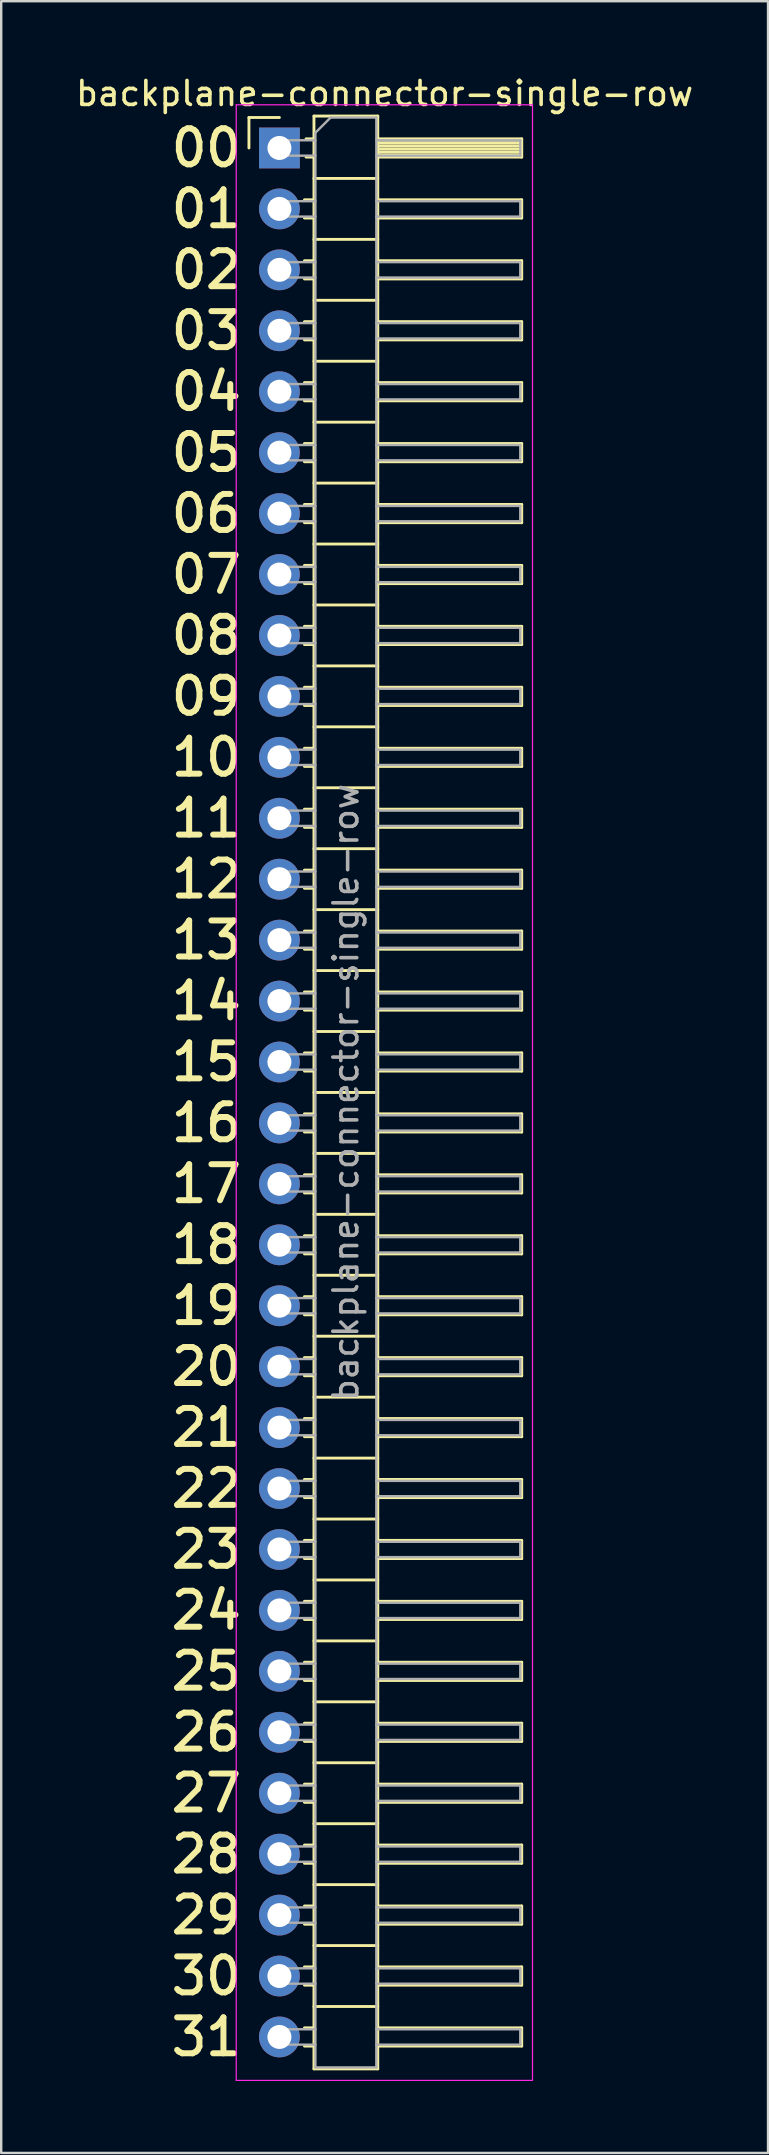
<source format=kicad_pcb>
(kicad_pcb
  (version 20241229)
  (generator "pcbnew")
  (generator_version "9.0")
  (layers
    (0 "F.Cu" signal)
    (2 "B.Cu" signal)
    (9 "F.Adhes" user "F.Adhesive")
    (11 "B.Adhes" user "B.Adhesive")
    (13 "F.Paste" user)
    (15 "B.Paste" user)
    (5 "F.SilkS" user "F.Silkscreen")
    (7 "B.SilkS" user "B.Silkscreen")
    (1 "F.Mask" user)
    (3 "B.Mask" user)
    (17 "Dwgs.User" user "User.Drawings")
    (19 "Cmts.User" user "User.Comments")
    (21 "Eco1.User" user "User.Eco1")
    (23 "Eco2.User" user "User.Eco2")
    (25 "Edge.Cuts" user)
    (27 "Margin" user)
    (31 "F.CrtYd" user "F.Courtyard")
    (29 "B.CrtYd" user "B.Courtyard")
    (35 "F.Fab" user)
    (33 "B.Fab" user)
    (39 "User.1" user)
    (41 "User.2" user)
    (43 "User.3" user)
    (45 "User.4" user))
  (footprint "backplane-connector-single-row"
    (layer "F.Cu")
    (at 8.597 3.118)
    (property "Reference" "backplane-connector-single-row" (at 4.385 -2.27 0) (layer "F.SilkS") (effects (font (size 1 1) (thickness 0.15))))
    (attr through_hole)
    (fp_line (start -1.27 -1.27) (end 0 -1.27) (stroke (width 0.12) (type solid)) (layer "F.SilkS"))
    (fp_line (start -1.27 0) (end -1.27 -1.27) (stroke (width 0.12) (type solid)) (layer "F.SilkS"))
    (fp_line (start 1.043 2.16) (end 1.44 2.16) (stroke (width 0.12) (type solid)) (layer "F.SilkS"))
    (fp_line (start 1.043 2.92) (end 1.44 2.92) (stroke (width 0.12) (type solid)) (layer "F.SilkS"))
    (fp_line (start 1.043 4.7) (end 1.44 4.7) (stroke (width 0.12) (type solid)) (layer "F.SilkS"))
    (fp_line (start 1.043 5.46) (end 1.44 5.46) (stroke (width 0.12) (type solid)) (layer "F.SilkS"))
    (fp_line (start 1.043 7.24) (end 1.44 7.24) (stroke (width 0.12) (type solid)) (layer "F.SilkS"))
    (fp_line (start 1.043 8) (end 1.44 8) (stroke (width 0.12) (type solid)) (layer "F.SilkS"))
    (fp_line (start 1.043 9.78) (end 1.44 9.78) (stroke (width 0.12) (type solid)) (layer "F.SilkS"))
    (fp_line (start 1.043 10.54) (end 1.44 10.54) (stroke (width 0.12) (type solid)) (layer "F.SilkS"))
    (fp_line (start 1.043 12.32) (end 1.44 12.32) (stroke (width 0.12) (type solid)) (layer "F.SilkS"))
    (fp_line (start 1.043 13.08) (end 1.44 13.08) (stroke (width 0.12) (type solid)) (layer "F.SilkS"))
    (fp_line (start 1.043 14.86) (end 1.44 14.86) (stroke (width 0.12) (type solid)) (layer "F.SilkS"))
    (fp_line (start 1.043 15.62) (end 1.44 15.62) (stroke (width 0.12) (type solid)) (layer "F.SilkS"))
    (fp_line (start 1.043 17.4) (end 1.44 17.4) (stroke (width 0.12) (type solid)) (layer "F.SilkS"))
    (fp_line (start 1.043 18.16) (end 1.44 18.16) (stroke (width 0.12) (type solid)) (layer "F.SilkS"))
    (fp_line (start 1.043 19.94) (end 1.44 19.94) (stroke (width 0.12) (type solid)) (layer "F.SilkS"))
    (fp_line (start 1.043 20.7) (end 1.44 20.7) (stroke (width 0.12) (type solid)) (layer "F.SilkS"))
    (fp_line (start 1.043 22.48) (end 1.44 22.48) (stroke (width 0.12) (type solid)) (layer "F.SilkS"))
    (fp_line (start 1.043 23.24) (end 1.44 23.24) (stroke (width 0.12) (type solid)) (layer "F.SilkS"))
    (fp_line (start 1.043 25.02) (end 1.44 25.02) (stroke (width 0.12) (type solid)) (layer "F.SilkS"))
    (fp_line (start 1.043 25.78) (end 1.44 25.78) (stroke (width 0.12) (type solid)) (layer "F.SilkS"))
    (fp_line (start 1.043 27.56) (end 1.44 27.56) (stroke (width 0.12) (type solid)) (layer "F.SilkS"))
    (fp_line (start 1.043 28.32) (end 1.44 28.32) (stroke (width 0.12) (type solid)) (layer "F.SilkS"))
    (fp_line (start 1.043 30.1) (end 1.44 30.1) (stroke (width 0.12) (type solid)) (layer "F.SilkS"))
    (fp_line (start 1.043 30.86) (end 1.44 30.86) (stroke (width 0.12) (type solid)) (layer "F.SilkS"))
    (fp_line (start 1.043 32.64) (end 1.44 32.64) (stroke (width 0.12) (type solid)) (layer "F.SilkS"))
    (fp_line (start 1.043 33.4) (end 1.44 33.4) (stroke (width 0.12) (type solid)) (layer "F.SilkS"))
    (fp_line (start 1.043 35.18) (end 1.44 35.18) (stroke (width 0.12) (type solid)) (layer "F.SilkS"))
    (fp_line (start 1.043 35.94) (end 1.44 35.94) (stroke (width 0.12) (type solid)) (layer "F.SilkS"))
    (fp_line (start 1.043 37.72) (end 1.44 37.72) (stroke (width 0.12) (type solid)) (layer "F.SilkS"))
    (fp_line (start 1.043 38.48) (end 1.44 38.48) (stroke (width 0.12) (type solid)) (layer "F.SilkS"))
    (fp_line (start 1.043 40.26) (end 1.44 40.26) (stroke (width 0.12) (type solid)) (layer "F.SilkS"))
    (fp_line (start 1.043 41.02) (end 1.44 41.02) (stroke (width 0.12) (type solid)) (layer "F.SilkS"))
    (fp_line (start 1.043 42.8) (end 1.44 42.8) (stroke (width 0.12) (type solid)) (layer "F.SilkS"))
    (fp_line (start 1.043 43.56) (end 1.44 43.56) (stroke (width 0.12) (type solid)) (layer "F.SilkS"))
    (fp_line (start 1.043 45.34) (end 1.44 45.34) (stroke (width 0.12) (type solid)) (layer "F.SilkS"))
    (fp_line (start 1.043 46.1) (end 1.44 46.1) (stroke (width 0.12) (type solid)) (layer "F.SilkS"))
    (fp_line (start 1.043 47.88) (end 1.44 47.88) (stroke (width 0.12) (type solid)) (layer "F.SilkS"))
    (fp_line (start 1.043 48.64) (end 1.44 48.64) (stroke (width 0.12) (type solid)) (layer "F.SilkS"))
    (fp_line (start 1.043 50.42) (end 1.44 50.42) (stroke (width 0.12) (type solid)) (layer "F.SilkS"))
    (fp_line (start 1.043 51.18) (end 1.44 51.18) (stroke (width 0.12) (type solid)) (layer "F.SilkS"))
    (fp_line (start 1.043 52.96) (end 1.44 52.96) (stroke (width 0.12) (type solid)) (layer "F.SilkS"))
    (fp_line (start 1.043 53.72) (end 1.44 53.72) (stroke (width 0.12) (type solid)) (layer "F.SilkS"))
    (fp_line (start 1.043 55.5) (end 1.44 55.5) (stroke (width 0.12) (type solid)) (layer "F.SilkS"))
    (fp_line (start 1.043 56.26) (end 1.44 56.26) (stroke (width 0.12) (type solid)) (layer "F.SilkS"))
    (fp_line (start 1.043 58.04) (end 1.44 58.04) (stroke (width 0.12) (type solid)) (layer "F.SilkS"))
    (fp_line (start 1.043 58.8) (end 1.44 58.8) (stroke (width 0.12) (type solid)) (layer "F.SilkS"))
    (fp_line (start 1.043 60.58) (end 1.44 60.58) (stroke (width 0.12) (type solid)) (layer "F.SilkS"))
    (fp_line (start 1.043 61.34) (end 1.44 61.34) (stroke (width 0.12) (type solid)) (layer "F.SilkS"))
    (fp_line (start 1.043 63.12) (end 1.44 63.12) (stroke (width 0.12) (type solid)) (layer "F.SilkS"))
    (fp_line (start 1.043 63.88) (end 1.44 63.88) (stroke (width 0.12) (type solid)) (layer "F.SilkS"))
    (fp_line (start 1.043 65.66) (end 1.44 65.66) (stroke (width 0.12) (type solid)) (layer "F.SilkS"))
    (fp_line (start 1.043 66.42) (end 1.44 66.42) (stroke (width 0.12) (type solid)) (layer "F.SilkS"))
    (fp_line (start 1.043 68.2) (end 1.44 68.2) (stroke (width 0.12) (type solid)) (layer "F.SilkS"))
    (fp_line (start 1.043 68.96) (end 1.44 68.96) (stroke (width 0.12) (type solid)) (layer "F.SilkS"))
    (fp_line (start 1.043 70.74) (end 1.44 70.74) (stroke (width 0.12) (type solid)) (layer "F.SilkS"))
    (fp_line (start 1.043 71.5) (end 1.44 71.5) (stroke (width 0.12) (type solid)) (layer "F.SilkS"))
    (fp_line (start 1.043 73.28) (end 1.44 73.28) (stroke (width 0.12) (type solid)) (layer "F.SilkS"))
    (fp_line (start 1.043 74.04) (end 1.44 74.04) (stroke (width 0.12) (type solid)) (layer "F.SilkS"))
    (fp_line (start 1.043 75.82) (end 1.44 75.82) (stroke (width 0.12) (type solid)) (layer "F.SilkS"))
    (fp_line (start 1.043 76.58) (end 1.44 76.58) (stroke (width 0.12) (type solid)) (layer "F.SilkS"))
    (fp_line (start 1.043 78.36) (end 1.44 78.36) (stroke (width 0.12) (type solid)) (layer "F.SilkS"))
    (fp_line (start 1.043 79.12) (end 1.44 79.12) (stroke (width 0.12) (type solid)) (layer "F.SilkS"))
    (fp_line (start 1.11 -0.38) (end 1.44 -0.38) (stroke (width 0.12) (type solid)) (layer "F.SilkS"))
    (fp_line (start 1.11 0.38) (end 1.44 0.38) (stroke (width 0.12) (type solid)) (layer "F.SilkS"))
    (fp_line (start 1.44 -1.33) (end 1.44 80.07) (stroke (width 0.12) (type solid)) (layer "F.SilkS"))
    (fp_line (start 1.44 1.27) (end 4.1 1.27) (stroke (width 0.12) (type solid)) (layer "F.SilkS"))
    (fp_line (start 1.44 3.81) (end 4.1 3.81) (stroke (width 0.12) (type solid)) (layer "F.SilkS"))
    (fp_line (start 1.44 6.35) (end 4.1 6.35) (stroke (width 0.12) (type solid)) (layer "F.SilkS"))
    (fp_line (start 1.44 8.89) (end 4.1 8.89) (stroke (width 0.12) (type solid)) (layer "F.SilkS"))
    (fp_line (start 1.44 11.43) (end 4.1 11.43) (stroke (width 0.12) (type solid)) (layer "F.SilkS"))
    (fp_line (start 1.44 13.97) (end 4.1 13.97) (stroke (width 0.12) (type solid)) (layer "F.SilkS"))
    (fp_line (start 1.44 16.51) (end 4.1 16.51) (stroke (width 0.12) (type solid)) (layer "F.SilkS"))
    (fp_line (start 1.44 19.05) (end 4.1 19.05) (stroke (width 0.12) (type solid)) (layer "F.SilkS"))
    (fp_line (start 1.44 21.59) (end 4.1 21.59) (stroke (width 0.12) (type solid)) (layer "F.SilkS"))
    (fp_line (start 1.44 24.13) (end 4.1 24.13) (stroke (width 0.12) (type solid)) (layer "F.SilkS"))
    (fp_line (start 1.44 26.67) (end 4.1 26.67) (stroke (width 0.12) (type solid)) (layer "F.SilkS"))
    (fp_line (start 1.44 29.21) (end 4.1 29.21) (stroke (width 0.12) (type solid)) (layer "F.SilkS"))
    (fp_line (start 1.44 31.75) (end 4.1 31.75) (stroke (width 0.12) (type solid)) (layer "F.SilkS"))
    (fp_line (start 1.44 34.29) (end 4.1 34.29) (stroke (width 0.12) (type solid)) (layer "F.SilkS"))
    (fp_line (start 1.44 36.83) (end 4.1 36.83) (stroke (width 0.12) (type solid)) (layer "F.SilkS"))
    (fp_line (start 1.44 39.37) (end 4.1 39.37) (stroke (width 0.12) (type solid)) (layer "F.SilkS"))
    (fp_line (start 1.44 41.91) (end 4.1 41.91) (stroke (width 0.12) (type solid)) (layer "F.SilkS"))
    (fp_line (start 1.44 44.45) (end 4.1 44.45) (stroke (width 0.12) (type solid)) (layer "F.SilkS"))
    (fp_line (start 1.44 46.99) (end 4.1 46.99) (stroke (width 0.12) (type solid)) (layer "F.SilkS"))
    (fp_line (start 1.44 49.53) (end 4.1 49.53) (stroke (width 0.12) (type solid)) (layer "F.SilkS"))
    (fp_line (start 1.44 52.07) (end 4.1 52.07) (stroke (width 0.12) (type solid)) (layer "F.SilkS"))
    (fp_line (start 1.44 54.61) (end 4.1 54.61) (stroke (width 0.12) (type solid)) (layer "F.SilkS"))
    (fp_line (start 1.44 57.15) (end 4.1 57.15) (stroke (width 0.12) (type solid)) (layer "F.SilkS"))
    (fp_line (start 1.44 59.69) (end 4.1 59.69) (stroke (width 0.12) (type solid)) (layer "F.SilkS"))
    (fp_line (start 1.44 62.23) (end 4.1 62.23) (stroke (width 0.12) (type solid)) (layer "F.SilkS"))
    (fp_line (start 1.44 64.77) (end 4.1 64.77) (stroke (width 0.12) (type solid)) (layer "F.SilkS"))
    (fp_line (start 1.44 67.31) (end 4.1 67.31) (stroke (width 0.12) (type solid)) (layer "F.SilkS"))
    (fp_line (start 1.44 69.85) (end 4.1 69.85) (stroke (width 0.12) (type solid)) (layer "F.SilkS"))
    (fp_line (start 1.44 72.39) (end 4.1 72.39) (stroke (width 0.12) (type solid)) (layer "F.SilkS"))
    (fp_line (start 1.44 74.93) (end 4.1 74.93) (stroke (width 0.12) (type solid)) (layer "F.SilkS"))
    (fp_line (start 1.44 77.47) (end 4.1 77.47) (stroke (width 0.12) (type solid)) (layer "F.SilkS"))
    (fp_line (start 1.44 80.07) (end 4.1 80.07) (stroke (width 0.12) (type solid)) (layer "F.SilkS"))
    (fp_line (start 4.1 -1.33) (end 1.44 -1.33) (stroke (width 0.12) (type solid)) (layer "F.SilkS"))
    (fp_line (start 4.1 -0.38) (end 10.1 -0.38) (stroke (width 0.12) (type solid)) (layer "F.SilkS"))
    (fp_line (start 4.1 -0.32) (end 10.1 -0.32) (stroke (width 0.12) (type solid)) (layer "F.SilkS"))
    (fp_line (start 4.1 -0.2) (end 10.1 -0.2) (stroke (width 0.12) (type solid)) (layer "F.SilkS"))
    (fp_line (start 4.1 -0.08) (end 10.1 -0.08) (stroke (width 0.12) (type solid)) (layer "F.SilkS"))
    (fp_line (start 4.1 0.04) (end 10.1 0.04) (stroke (width 0.12) (type solid)) (layer "F.SilkS"))
    (fp_line (start 4.1 0.16) (end 10.1 0.16) (stroke (width 0.12) (type solid)) (layer "F.SilkS"))
    (fp_line (start 4.1 0.28) (end 10.1 0.28) (stroke (width 0.12) (type solid)) (layer "F.SilkS"))
    (fp_line (start 4.1 2.16) (end 10.1 2.16) (stroke (width 0.12) (type solid)) (layer "F.SilkS"))
    (fp_line (start 4.1 4.7) (end 10.1 4.7) (stroke (width 0.12) (type solid)) (layer "F.SilkS"))
    (fp_line (start 4.1 7.24) (end 10.1 7.24) (stroke (width 0.12) (type solid)) (layer "F.SilkS"))
    (fp_line (start 4.1 9.78) (end 10.1 9.78) (stroke (width 0.12) (type solid)) (layer "F.SilkS"))
    (fp_line (start 4.1 12.32) (end 10.1 12.32) (stroke (width 0.12) (type solid)) (layer "F.SilkS"))
    (fp_line (start 4.1 14.86) (end 10.1 14.86) (stroke (width 0.12) (type solid)) (layer "F.SilkS"))
    (fp_line (start 4.1 17.4) (end 10.1 17.4) (stroke (width 0.12) (type solid)) (layer "F.SilkS"))
    (fp_line (start 4.1 19.94) (end 10.1 19.94) (stroke (width 0.12) (type solid)) (layer "F.SilkS"))
    (fp_line (start 4.1 22.48) (end 10.1 22.48) (stroke (width 0.12) (type solid)) (layer "F.SilkS"))
    (fp_line (start 4.1 25.02) (end 10.1 25.02) (stroke (width 0.12) (type solid)) (layer "F.SilkS"))
    (fp_line (start 4.1 27.56) (end 10.1 27.56) (stroke (width 0.12) (type solid)) (layer "F.SilkS"))
    (fp_line (start 4.1 30.1) (end 10.1 30.1) (stroke (width 0.12) (type solid)) (layer "F.SilkS"))
    (fp_line (start 4.1 32.64) (end 10.1 32.64) (stroke (width 0.12) (type solid)) (layer "F.SilkS"))
    (fp_line (start 4.1 35.18) (end 10.1 35.18) (stroke (width 0.12) (type solid)) (layer "F.SilkS"))
    (fp_line (start 4.1 37.72) (end 10.1 37.72) (stroke (width 0.12) (type solid)) (layer "F.SilkS"))
    (fp_line (start 4.1 40.26) (end 10.1 40.26) (stroke (width 0.12) (type solid)) (layer "F.SilkS"))
    (fp_line (start 4.1 42.8) (end 10.1 42.8) (stroke (width 0.12) (type solid)) (layer "F.SilkS"))
    (fp_line (start 4.1 45.34) (end 10.1 45.34) (stroke (width 0.12) (type solid)) (layer "F.SilkS"))
    (fp_line (start 4.1 47.88) (end 10.1 47.88) (stroke (width 0.12) (type solid)) (layer "F.SilkS"))
    (fp_line (start 4.1 50.42) (end 10.1 50.42) (stroke (width 0.12) (type solid)) (layer "F.SilkS"))
    (fp_line (start 4.1 52.96) (end 10.1 52.96) (stroke (width 0.12) (type solid)) (layer "F.SilkS"))
    (fp_line (start 4.1 55.5) (end 10.1 55.5) (stroke (width 0.12) (type solid)) (layer "F.SilkS"))
    (fp_line (start 4.1 58.04) (end 10.1 58.04) (stroke (width 0.12) (type solid)) (layer "F.SilkS"))
    (fp_line (start 4.1 60.58) (end 10.1 60.58) (stroke (width 0.12) (type solid)) (layer "F.SilkS"))
    (fp_line (start 4.1 63.12) (end 10.1 63.12) (stroke (width 0.12) (type solid)) (layer "F.SilkS"))
    (fp_line (start 4.1 65.66) (end 10.1 65.66) (stroke (width 0.12) (type solid)) (layer "F.SilkS"))
    (fp_line (start 4.1 68.2) (end 10.1 68.2) (stroke (width 0.12) (type solid)) (layer "F.SilkS"))
    (fp_line (start 4.1 70.74) (end 10.1 70.74) (stroke (width 0.12) (type solid)) (layer "F.SilkS"))
    (fp_line (start 4.1 73.28) (end 10.1 73.28) (stroke (width 0.12) (type solid)) (layer "F.SilkS"))
    (fp_line (start 4.1 75.82) (end 10.1 75.82) (stroke (width 0.12) (type solid)) (layer "F.SilkS"))
    (fp_line (start 4.1 78.36) (end 10.1 78.36) (stroke (width 0.12) (type solid)) (layer "F.SilkS"))
    (fp_line (start 4.1 80.07) (end 4.1 -1.33) (stroke (width 0.12) (type solid)) (layer "F.SilkS"))
    (fp_line (start 10.1 -0.38) (end 10.1 0.38) (stroke (width 0.12) (type solid)) (layer "F.SilkS"))
    (fp_line (start 10.1 0.38) (end 4.1 0.38) (stroke (width 0.12) (type solid)) (layer "F.SilkS"))
    (fp_line (start 10.1 2.16) (end 10.1 2.92) (stroke (width 0.12) (type solid)) (layer "F.SilkS"))
    (fp_line (start 10.1 2.92) (end 4.1 2.92) (stroke (width 0.12) (type solid)) (layer "F.SilkS"))
    (fp_line (start 10.1 4.7) (end 10.1 5.46) (stroke (width 0.12) (type solid)) (layer "F.SilkS"))
    (fp_line (start 10.1 5.46) (end 4.1 5.46) (stroke (width 0.12) (type solid)) (layer "F.SilkS"))
    (fp_line (start 10.1 7.24) (end 10.1 8) (stroke (width 0.12) (type solid)) (layer "F.SilkS"))
    (fp_line (start 10.1 8) (end 4.1 8) (stroke (width 0.12) (type solid)) (layer "F.SilkS"))
    (fp_line (start 10.1 9.78) (end 10.1 10.54) (stroke (width 0.12) (type solid)) (layer "F.SilkS"))
    (fp_line (start 10.1 10.54) (end 4.1 10.54) (stroke (width 0.12) (type solid)) (layer "F.SilkS"))
    (fp_line (start 10.1 12.32) (end 10.1 13.08) (stroke (width 0.12) (type solid)) (layer "F.SilkS"))
    (fp_line (start 10.1 13.08) (end 4.1 13.08) (stroke (width 0.12) (type solid)) (layer "F.SilkS"))
    (fp_line (start 10.1 14.86) (end 10.1 15.62) (stroke (width 0.12) (type solid)) (layer "F.SilkS"))
    (fp_line (start 10.1 15.62) (end 4.1 15.62) (stroke (width 0.12) (type solid)) (layer "F.SilkS"))
    (fp_line (start 10.1 17.4) (end 10.1 18.16) (stroke (width 0.12) (type solid)) (layer "F.SilkS"))
    (fp_line (start 10.1 18.16) (end 4.1 18.16) (stroke (width 0.12) (type solid)) (layer "F.SilkS"))
    (fp_line (start 10.1 19.94) (end 10.1 20.7) (stroke (width 0.12) (type solid)) (layer "F.SilkS"))
    (fp_line (start 10.1 20.7) (end 4.1 20.7) (stroke (width 0.12) (type solid)) (layer "F.SilkS"))
    (fp_line (start 10.1 22.48) (end 10.1 23.24) (stroke (width 0.12) (type solid)) (layer "F.SilkS"))
    (fp_line (start 10.1 23.24) (end 4.1 23.24) (stroke (width 0.12) (type solid)) (layer "F.SilkS"))
    (fp_line (start 10.1 25.02) (end 10.1 25.78) (stroke (width 0.12) (type solid)) (layer "F.SilkS"))
    (fp_line (start 10.1 25.78) (end 4.1 25.78) (stroke (width 0.12) (type solid)) (layer "F.SilkS"))
    (fp_line (start 10.1 27.56) (end 10.1 28.32) (stroke (width 0.12) (type solid)) (layer "F.SilkS"))
    (fp_line (start 10.1 28.32) (end 4.1 28.32) (stroke (width 0.12) (type solid)) (layer "F.SilkS"))
    (fp_line (start 10.1 30.1) (end 10.1 30.86) (stroke (width 0.12) (type solid)) (layer "F.SilkS"))
    (fp_line (start 10.1 30.86) (end 4.1 30.86) (stroke (width 0.12) (type solid)) (layer "F.SilkS"))
    (fp_line (start 10.1 32.64) (end 10.1 33.4) (stroke (width 0.12) (type solid)) (layer "F.SilkS"))
    (fp_line (start 10.1 33.4) (end 4.1 33.4) (stroke (width 0.12) (type solid)) (layer "F.SilkS"))
    (fp_line (start 10.1 35.18) (end 10.1 35.94) (stroke (width 0.12) (type solid)) (layer "F.SilkS"))
    (fp_line (start 10.1 35.94) (end 4.1 35.94) (stroke (width 0.12) (type solid)) (layer "F.SilkS"))
    (fp_line (start 10.1 37.72) (end 10.1 38.48) (stroke (width 0.12) (type solid)) (layer "F.SilkS"))
    (fp_line (start 10.1 38.48) (end 4.1 38.48) (stroke (width 0.12) (type solid)) (layer "F.SilkS"))
    (fp_line (start 10.1 40.26) (end 10.1 41.02) (stroke (width 0.12) (type solid)) (layer "F.SilkS"))
    (fp_line (start 10.1 41.02) (end 4.1 41.02) (stroke (width 0.12) (type solid)) (layer "F.SilkS"))
    (fp_line (start 10.1 42.8) (end 10.1 43.56) (stroke (width 0.12) (type solid)) (layer "F.SilkS"))
    (fp_line (start 10.1 43.56) (end 4.1 43.56) (stroke (width 0.12) (type solid)) (layer "F.SilkS"))
    (fp_line (start 10.1 45.34) (end 10.1 46.1) (stroke (width 0.12) (type solid)) (layer "F.SilkS"))
    (fp_line (start 10.1 46.1) (end 4.1 46.1) (stroke (width 0.12) (type solid)) (layer "F.SilkS"))
    (fp_line (start 10.1 47.88) (end 10.1 48.64) (stroke (width 0.12) (type solid)) (layer "F.SilkS"))
    (fp_line (start 10.1 48.64) (end 4.1 48.64) (stroke (width 0.12) (type solid)) (layer "F.SilkS"))
    (fp_line (start 10.1 50.42) (end 10.1 51.18) (stroke (width 0.12) (type solid)) (layer "F.SilkS"))
    (fp_line (start 10.1 51.18) (end 4.1 51.18) (stroke (width 0.12) (type solid)) (layer "F.SilkS"))
    (fp_line (start 10.1 52.96) (end 10.1 53.72) (stroke (width 0.12) (type solid)) (layer "F.SilkS"))
    (fp_line (start 10.1 53.72) (end 4.1 53.72) (stroke (width 0.12) (type solid)) (layer "F.SilkS"))
    (fp_line (start 10.1 55.5) (end 10.1 56.26) (stroke (width 0.12) (type solid)) (layer "F.SilkS"))
    (fp_line (start 10.1 56.26) (end 4.1 56.26) (stroke (width 0.12) (type solid)) (layer "F.SilkS"))
    (fp_line (start 10.1 58.04) (end 10.1 58.8) (stroke (width 0.12) (type solid)) (layer "F.SilkS"))
    (fp_line (start 10.1 58.8) (end 4.1 58.8) (stroke (width 0.12) (type solid)) (layer "F.SilkS"))
    (fp_line (start 10.1 60.58) (end 10.1 61.34) (stroke (width 0.12) (type solid)) (layer "F.SilkS"))
    (fp_line (start 10.1 61.34) (end 4.1 61.34) (stroke (width 0.12) (type solid)) (layer "F.SilkS"))
    (fp_line (start 10.1 63.12) (end 10.1 63.88) (stroke (width 0.12) (type solid)) (layer "F.SilkS"))
    (fp_line (start 10.1 63.88) (end 4.1 63.88) (stroke (width 0.12) (type solid)) (layer "F.SilkS"))
    (fp_line (start 10.1 65.66) (end 10.1 66.42) (stroke (width 0.12) (type solid)) (layer "F.SilkS"))
    (fp_line (start 10.1 66.42) (end 4.1 66.42) (stroke (width 0.12) (type solid)) (layer "F.SilkS"))
    (fp_line (start 10.1 68.2) (end 10.1 68.96) (stroke (width 0.12) (type solid)) (layer "F.SilkS"))
    (fp_line (start 10.1 68.96) (end 4.1 68.96) (stroke (width 0.12) (type solid)) (layer "F.SilkS"))
    (fp_line (start 10.1 70.74) (end 10.1 71.5) (stroke (width 0.12) (type solid)) (layer "F.SilkS"))
    (fp_line (start 10.1 71.5) (end 4.1 71.5) (stroke (width 0.12) (type solid)) (layer "F.SilkS"))
    (fp_line (start 10.1 73.28) (end 10.1 74.04) (stroke (width 0.12) (type solid)) (layer "F.SilkS"))
    (fp_line (start 10.1 74.04) (end 4.1 74.04) (stroke (width 0.12) (type solid)) (layer "F.SilkS"))
    (fp_line (start 10.1 75.82) (end 10.1 76.58) (stroke (width 0.12) (type solid)) (layer "F.SilkS"))
    (fp_line (start 10.1 76.58) (end 4.1 76.58) (stroke (width 0.12) (type solid)) (layer "F.SilkS"))
    (fp_line (start 10.1 78.36) (end 10.1 79.12) (stroke (width 0.12) (type solid)) (layer "F.SilkS"))
    (fp_line (start 10.1 79.12) (end 4.1 79.12) (stroke (width 0.12) (type solid)) (layer "F.SilkS"))
    (fp_line (start -1.8 -1.8) (end -1.8 80.55) (stroke (width 0.05) (type solid)) (layer "F.CrtYd"))
    (fp_line (start -1.8 80.55) (end 10.55 80.55) (stroke (width 0.05) (type solid)) (layer "F.CrtYd"))
    (fp_line (start 10.55 -1.8) (end -1.8 -1.8) (stroke (width 0.05) (type solid)) (layer "F.CrtYd"))
    (fp_line (start 10.55 80.55) (end 10.55 -1.8) (stroke (width 0.05) (type solid)) (layer "F.CrtYd"))
    (fp_line (start -0.32 -0.32) (end -0.32 0.32) (stroke (width 0.1) (type solid)) (layer "F.Fab"))
    (fp_line (start -0.32 -0.32) (end 1.5 -0.32) (stroke (width 0.1) (type solid)) (layer "F.Fab"))
    (fp_line (start -0.32 0.32) (end 1.5 0.32) (stroke (width 0.1) (type solid)) (layer "F.Fab"))
    (fp_line (start -0.32 2.22) (end -0.32 2.86) (stroke (width 0.1) (type solid)) (layer "F.Fab"))
    (fp_line (start -0.32 2.22) (end 1.5 2.22) (stroke (width 0.1) (type solid)) (layer "F.Fab"))
    (fp_line (start -0.32 2.86) (end 1.5 2.86) (stroke (width 0.1) (type solid)) (layer "F.Fab"))
    (fp_line (start -0.32 4.76) (end -0.32 5.4) (stroke (width 0.1) (type solid)) (layer "F.Fab"))
    (fp_line (start -0.32 4.76) (end 1.5 4.76) (stroke (width 0.1) (type solid)) (layer "F.Fab"))
    (fp_line (start -0.32 5.4) (end 1.5 5.4) (stroke (width 0.1) (type solid)) (layer "F.Fab"))
    (fp_line (start -0.32 7.3) (end -0.32 7.94) (stroke (width 0.1) (type solid)) (layer "F.Fab"))
    (fp_line (start -0.32 7.3) (end 1.5 7.3) (stroke (width 0.1) (type solid)) (layer "F.Fab"))
    (fp_line (start -0.32 7.94) (end 1.5 7.94) (stroke (width 0.1) (type solid)) (layer "F.Fab"))
    (fp_line (start -0.32 9.84) (end -0.32 10.48) (stroke (width 0.1) (type solid)) (layer "F.Fab"))
    (fp_line (start -0.32 9.84) (end 1.5 9.84) (stroke (width 0.1) (type solid)) (layer "F.Fab"))
    (fp_line (start -0.32 10.48) (end 1.5 10.48) (stroke (width 0.1) (type solid)) (layer "F.Fab"))
    (fp_line (start -0.32 12.38) (end -0.32 13.02) (stroke (width 0.1) (type solid)) (layer "F.Fab"))
    (fp_line (start -0.32 12.38) (end 1.5 12.38) (stroke (width 0.1) (type solid)) (layer "F.Fab"))
    (fp_line (start -0.32 13.02) (end 1.5 13.02) (stroke (width 0.1) (type solid)) (layer "F.Fab"))
    (fp_line (start -0.32 14.92) (end -0.32 15.56) (stroke (width 0.1) (type solid)) (layer "F.Fab"))
    (fp_line (start -0.32 14.92) (end 1.5 14.92) (stroke (width 0.1) (type solid)) (layer "F.Fab"))
    (fp_line (start -0.32 15.56) (end 1.5 15.56) (stroke (width 0.1) (type solid)) (layer "F.Fab"))
    (fp_line (start -0.32 17.46) (end -0.32 18.1) (stroke (width 0.1) (type solid)) (layer "F.Fab"))
    (fp_line (start -0.32 17.46) (end 1.5 17.46) (stroke (width 0.1) (type solid)) (layer "F.Fab"))
    (fp_line (start -0.32 18.1) (end 1.5 18.1) (stroke (width 0.1) (type solid)) (layer "F.Fab"))
    (fp_line (start -0.32 20) (end -0.32 20.64) (stroke (width 0.1) (type solid)) (layer "F.Fab"))
    (fp_line (start -0.32 20) (end 1.5 20) (stroke (width 0.1) (type solid)) (layer "F.Fab"))
    (fp_line (start -0.32 20.64) (end 1.5 20.64) (stroke (width 0.1) (type solid)) (layer "F.Fab"))
    (fp_line (start -0.32 22.54) (end -0.32 23.18) (stroke (width 0.1) (type solid)) (layer "F.Fab"))
    (fp_line (start -0.32 22.54) (end 1.5 22.54) (stroke (width 0.1) (type solid)) (layer "F.Fab"))
    (fp_line (start -0.32 23.18) (end 1.5 23.18) (stroke (width 0.1) (type solid)) (layer "F.Fab"))
    (fp_line (start -0.32 25.08) (end -0.32 25.72) (stroke (width 0.1) (type solid)) (layer "F.Fab"))
    (fp_line (start -0.32 25.08) (end 1.5 25.08) (stroke (width 0.1) (type solid)) (layer "F.Fab"))
    (fp_line (start -0.32 25.72) (end 1.5 25.72) (stroke (width 0.1) (type solid)) (layer "F.Fab"))
    (fp_line (start -0.32 27.62) (end -0.32 28.26) (stroke (width 0.1) (type solid)) (layer "F.Fab"))
    (fp_line (start -0.32 27.62) (end 1.5 27.62) (stroke (width 0.1) (type solid)) (layer "F.Fab"))
    (fp_line (start -0.32 28.26) (end 1.5 28.26) (stroke (width 0.1) (type solid)) (layer "F.Fab"))
    (fp_line (start -0.32 30.16) (end -0.32 30.8) (stroke (width 0.1) (type solid)) (layer "F.Fab"))
    (fp_line (start -0.32 30.16) (end 1.5 30.16) (stroke (width 0.1) (type solid)) (layer "F.Fab"))
    (fp_line (start -0.32 30.8) (end 1.5 30.8) (stroke (width 0.1) (type solid)) (layer "F.Fab"))
    (fp_line (start -0.32 32.7) (end -0.32 33.34) (stroke (width 0.1) (type solid)) (layer "F.Fab"))
    (fp_line (start -0.32 32.7) (end 1.5 32.7) (stroke (width 0.1) (type solid)) (layer "F.Fab"))
    (fp_line (start -0.32 33.34) (end 1.5 33.34) (stroke (width 0.1) (type solid)) (layer "F.Fab"))
    (fp_line (start -0.32 35.24) (end -0.32 35.88) (stroke (width 0.1) (type solid)) (layer "F.Fab"))
    (fp_line (start -0.32 35.24) (end 1.5 35.24) (stroke (width 0.1) (type solid)) (layer "F.Fab"))
    (fp_line (start -0.32 35.88) (end 1.5 35.88) (stroke (width 0.1) (type solid)) (layer "F.Fab"))
    (fp_line (start -0.32 37.78) (end -0.32 38.42) (stroke (width 0.1) (type solid)) (layer "F.Fab"))
    (fp_line (start -0.32 37.78) (end 1.5 37.78) (stroke (width 0.1) (type solid)) (layer "F.Fab"))
    (fp_line (start -0.32 38.42) (end 1.5 38.42) (stroke (width 0.1) (type solid)) (layer "F.Fab"))
    (fp_line (start -0.32 40.32) (end -0.32 40.96) (stroke (width 0.1) (type solid)) (layer "F.Fab"))
    (fp_line (start -0.32 40.32) (end 1.5 40.32) (stroke (width 0.1) (type solid)) (layer "F.Fab"))
    (fp_line (start -0.32 40.96) (end 1.5 40.96) (stroke (width 0.1) (type solid)) (layer "F.Fab"))
    (fp_line (start -0.32 42.86) (end -0.32 43.5) (stroke (width 0.1) (type solid)) (layer "F.Fab"))
    (fp_line (start -0.32 42.86) (end 1.5 42.86) (stroke (width 0.1) (type solid)) (layer "F.Fab"))
    (fp_line (start -0.32 43.5) (end 1.5 43.5) (stroke (width 0.1) (type solid)) (layer "F.Fab"))
    (fp_line (start -0.32 45.4) (end -0.32 46.04) (stroke (width 0.1) (type solid)) (layer "F.Fab"))
    (fp_line (start -0.32 45.4) (end 1.5 45.4) (stroke (width 0.1) (type solid)) (layer "F.Fab"))
    (fp_line (start -0.32 46.04) (end 1.5 46.04) (stroke (width 0.1) (type solid)) (layer "F.Fab"))
    (fp_line (start -0.32 47.94) (end -0.32 48.58) (stroke (width 0.1) (type solid)) (layer "F.Fab"))
    (fp_line (start -0.32 47.94) (end 1.5 47.94) (stroke (width 0.1) (type solid)) (layer "F.Fab"))
    (fp_line (start -0.32 48.58) (end 1.5 48.58) (stroke (width 0.1) (type solid)) (layer "F.Fab"))
    (fp_line (start -0.32 50.48) (end -0.32 51.12) (stroke (width 0.1) (type solid)) (layer "F.Fab"))
    (fp_line (start -0.32 50.48) (end 1.5 50.48) (stroke (width 0.1) (type solid)) (layer "F.Fab"))
    (fp_line (start -0.32 51.12) (end 1.5 51.12) (stroke (width 0.1) (type solid)) (layer "F.Fab"))
    (fp_line (start -0.32 53.02) (end -0.32 53.66) (stroke (width 0.1) (type solid)) (layer "F.Fab"))
    (fp_line (start -0.32 53.02) (end 1.5 53.02) (stroke (width 0.1) (type solid)) (layer "F.Fab"))
    (fp_line (start -0.32 53.66) (end 1.5 53.66) (stroke (width 0.1) (type solid)) (layer "F.Fab"))
    (fp_line (start -0.32 55.56) (end -0.32 56.2) (stroke (width 0.1) (type solid)) (layer "F.Fab"))
    (fp_line (start -0.32 55.56) (end 1.5 55.56) (stroke (width 0.1) (type solid)) (layer "F.Fab"))
    (fp_line (start -0.32 56.2) (end 1.5 56.2) (stroke (width 0.1) (type solid)) (layer "F.Fab"))
    (fp_line (start -0.32 58.1) (end -0.32 58.74) (stroke (width 0.1) (type solid)) (layer "F.Fab"))
    (fp_line (start -0.32 58.1) (end 1.5 58.1) (stroke (width 0.1) (type solid)) (layer "F.Fab"))
    (fp_line (start -0.32 58.74) (end 1.5 58.74) (stroke (width 0.1) (type solid)) (layer "F.Fab"))
    (fp_line (start -0.32 60.64) (end -0.32 61.28) (stroke (width 0.1) (type solid)) (layer "F.Fab"))
    (fp_line (start -0.32 60.64) (end 1.5 60.64) (stroke (width 0.1) (type solid)) (layer "F.Fab"))
    (fp_line (start -0.32 61.28) (end 1.5 61.28) (stroke (width 0.1) (type solid)) (layer "F.Fab"))
    (fp_line (start -0.32 63.18) (end -0.32 63.82) (stroke (width 0.1) (type solid)) (layer "F.Fab"))
    (fp_line (start -0.32 63.18) (end 1.5 63.18) (stroke (width 0.1) (type solid)) (layer "F.Fab"))
    (fp_line (start -0.32 63.82) (end 1.5 63.82) (stroke (width 0.1) (type solid)) (layer "F.Fab"))
    (fp_line (start -0.32 65.72) (end -0.32 66.36) (stroke (width 0.1) (type solid)) (layer "F.Fab"))
    (fp_line (start -0.32 65.72) (end 1.5 65.72) (stroke (width 0.1) (type solid)) (layer "F.Fab"))
    (fp_line (start -0.32 66.36) (end 1.5 66.36) (stroke (width 0.1) (type solid)) (layer "F.Fab"))
    (fp_line (start -0.32 68.26) (end -0.32 68.9) (stroke (width 0.1) (type solid)) (layer "F.Fab"))
    (fp_line (start -0.32 68.26) (end 1.5 68.26) (stroke (width 0.1) (type solid)) (layer "F.Fab"))
    (fp_line (start -0.32 68.9) (end 1.5 68.9) (stroke (width 0.1) (type solid)) (layer "F.Fab"))
    (fp_line (start -0.32 70.8) (end -0.32 71.44) (stroke (width 0.1) (type solid)) (layer "F.Fab"))
    (fp_line (start -0.32 70.8) (end 1.5 70.8) (stroke (width 0.1) (type solid)) (layer "F.Fab"))
    (fp_line (start -0.32 71.44) (end 1.5 71.44) (stroke (width 0.1) (type solid)) (layer "F.Fab"))
    (fp_line (start -0.32 73.34) (end -0.32 73.98) (stroke (width 0.1) (type solid)) (layer "F.Fab"))
    (fp_line (start -0.32 73.34) (end 1.5 73.34) (stroke (width 0.1) (type solid)) (layer "F.Fab"))
    (fp_line (start -0.32 73.98) (end 1.5 73.98) (stroke (width 0.1) (type solid)) (layer "F.Fab"))
    (fp_line (start -0.32 75.88) (end -0.32 76.52) (stroke (width 0.1) (type solid)) (layer "F.Fab"))
    (fp_line (start -0.32 75.88) (end 1.5 75.88) (stroke (width 0.1) (type solid)) (layer "F.Fab"))
    (fp_line (start -0.32 76.52) (end 1.5 76.52) (stroke (width 0.1) (type solid)) (layer "F.Fab"))
    (fp_line (start -0.32 78.42) (end -0.32 79.06) (stroke (width 0.1) (type solid)) (layer "F.Fab"))
    (fp_line (start -0.32 78.42) (end 1.5 78.42) (stroke (width 0.1) (type solid)) (layer "F.Fab"))
    (fp_line (start -0.32 79.06) (end 1.5 79.06) (stroke (width 0.1) (type solid)) (layer "F.Fab"))
    (fp_line (start 1.5 -0.635) (end 2.135 -1.27) (stroke (width 0.1) (type solid)) (layer "F.Fab"))
    (fp_line (start 1.5 80.01) (end 1.5 -0.635) (stroke (width 0.1) (type solid)) (layer "F.Fab"))
    (fp_line (start 2.135 -1.27) (end 4.04 -1.27) (stroke (width 0.1) (type solid)) (layer "F.Fab"))
    (fp_line (start 4.04 -1.27) (end 4.04 80.01) (stroke (width 0.1) (type solid)) (layer "F.Fab"))
    (fp_line (start 4.04 -0.32) (end 10.04 -0.32) (stroke (width 0.1) (type solid)) (layer "F.Fab"))
    (fp_line (start 4.04 0.32) (end 10.04 0.32) (stroke (width 0.1) (type solid)) (layer "F.Fab"))
    (fp_line (start 4.04 2.22) (end 10.04 2.22) (stroke (width 0.1) (type solid)) (layer "F.Fab"))
    (fp_line (start 4.04 2.86) (end 10.04 2.86) (stroke (width 0.1) (type solid)) (layer "F.Fab"))
    (fp_line (start 4.04 4.76) (end 10.04 4.76) (stroke (width 0.1) (type solid)) (layer "F.Fab"))
    (fp_line (start 4.04 5.4) (end 10.04 5.4) (stroke (width 0.1) (type solid)) (layer "F.Fab"))
    (fp_line (start 4.04 7.3) (end 10.04 7.3) (stroke (width 0.1) (type solid)) (layer "F.Fab"))
    (fp_line (start 4.04 7.94) (end 10.04 7.94) (stroke (width 0.1) (type solid)) (layer "F.Fab"))
    (fp_line (start 4.04 9.84) (end 10.04 9.84) (stroke (width 0.1) (type solid)) (layer "F.Fab"))
    (fp_line (start 4.04 10.48) (end 10.04 10.48) (stroke (width 0.1) (type solid)) (layer "F.Fab"))
    (fp_line (start 4.04 12.38) (end 10.04 12.38) (stroke (width 0.1) (type solid)) (layer "F.Fab"))
    (fp_line (start 4.04 13.02) (end 10.04 13.02) (stroke (width 0.1) (type solid)) (layer "F.Fab"))
    (fp_line (start 4.04 14.92) (end 10.04 14.92) (stroke (width 0.1) (type solid)) (layer "F.Fab"))
    (fp_line (start 4.04 15.56) (end 10.04 15.56) (stroke (width 0.1) (type solid)) (layer "F.Fab"))
    (fp_line (start 4.04 17.46) (end 10.04 17.46) (stroke (width 0.1) (type solid)) (layer "F.Fab"))
    (fp_line (start 4.04 18.1) (end 10.04 18.1) (stroke (width 0.1) (type solid)) (layer "F.Fab"))
    (fp_line (start 4.04 20) (end 10.04 20) (stroke (width 0.1) (type solid)) (layer "F.Fab"))
    (fp_line (start 4.04 20.64) (end 10.04 20.64) (stroke (width 0.1) (type solid)) (layer "F.Fab"))
    (fp_line (start 4.04 22.54) (end 10.04 22.54) (stroke (width 0.1) (type solid)) (layer "F.Fab"))
    (fp_line (start 4.04 23.18) (end 10.04 23.18) (stroke (width 0.1) (type solid)) (layer "F.Fab"))
    (fp_line (start 4.04 25.08) (end 10.04 25.08) (stroke (width 0.1) (type solid)) (layer "F.Fab"))
    (fp_line (start 4.04 25.72) (end 10.04 25.72) (stroke (width 0.1) (type solid)) (layer "F.Fab"))
    (fp_line (start 4.04 27.62) (end 10.04 27.62) (stroke (width 0.1) (type solid)) (layer "F.Fab"))
    (fp_line (start 4.04 28.26) (end 10.04 28.26) (stroke (width 0.1) (type solid)) (layer "F.Fab"))
    (fp_line (start 4.04 30.16) (end 10.04 30.16) (stroke (width 0.1) (type solid)) (layer "F.Fab"))
    (fp_line (start 4.04 30.8) (end 10.04 30.8) (stroke (width 0.1) (type solid)) (layer "F.Fab"))
    (fp_line (start 4.04 32.7) (end 10.04 32.7) (stroke (width 0.1) (type solid)) (layer "F.Fab"))
    (fp_line (start 4.04 33.34) (end 10.04 33.34) (stroke (width 0.1) (type solid)) (layer "F.Fab"))
    (fp_line (start 4.04 35.24) (end 10.04 35.24) (stroke (width 0.1) (type solid)) (layer "F.Fab"))
    (fp_line (start 4.04 35.88) (end 10.04 35.88) (stroke (width 0.1) (type solid)) (layer "F.Fab"))
    (fp_line (start 4.04 37.78) (end 10.04 37.78) (stroke (width 0.1) (type solid)) (layer "F.Fab"))
    (fp_line (start 4.04 38.42) (end 10.04 38.42) (stroke (width 0.1) (type solid)) (layer "F.Fab"))
    (fp_line (start 4.04 40.32) (end 10.04 40.32) (stroke (width 0.1) (type solid)) (layer "F.Fab"))
    (fp_line (start 4.04 40.96) (end 10.04 40.96) (stroke (width 0.1) (type solid)) (layer "F.Fab"))
    (fp_line (start 4.04 42.86) (end 10.04 42.86) (stroke (width 0.1) (type solid)) (layer "F.Fab"))
    (fp_line (start 4.04 43.5) (end 10.04 43.5) (stroke (width 0.1) (type solid)) (layer "F.Fab"))
    (fp_line (start 4.04 45.4) (end 10.04 45.4) (stroke (width 0.1) (type solid)) (layer "F.Fab"))
    (fp_line (start 4.04 46.04) (end 10.04 46.04) (stroke (width 0.1) (type solid)) (layer "F.Fab"))
    (fp_line (start 4.04 47.94) (end 10.04 47.94) (stroke (width 0.1) (type solid)) (layer "F.Fab"))
    (fp_line (start 4.04 48.58) (end 10.04 48.58) (stroke (width 0.1) (type solid)) (layer "F.Fab"))
    (fp_line (start 4.04 50.48) (end 10.04 50.48) (stroke (width 0.1) (type solid)) (layer "F.Fab"))
    (fp_line (start 4.04 51.12) (end 10.04 51.12) (stroke (width 0.1) (type solid)) (layer "F.Fab"))
    (fp_line (start 4.04 53.02) (end 10.04 53.02) (stroke (width 0.1) (type solid)) (layer "F.Fab"))
    (fp_line (start 4.04 53.66) (end 10.04 53.66) (stroke (width 0.1) (type solid)) (layer "F.Fab"))
    (fp_line (start 4.04 55.56) (end 10.04 55.56) (stroke (width 0.1) (type solid)) (layer "F.Fab"))
    (fp_line (start 4.04 56.2) (end 10.04 56.2) (stroke (width 0.1) (type solid)) (layer "F.Fab"))
    (fp_line (start 4.04 58.1) (end 10.04 58.1) (stroke (width 0.1) (type solid)) (layer "F.Fab"))
    (fp_line (start 4.04 58.74) (end 10.04 58.74) (stroke (width 0.1) (type solid)) (layer "F.Fab"))
    (fp_line (start 4.04 60.64) (end 10.04 60.64) (stroke (width 0.1) (type solid)) (layer "F.Fab"))
    (fp_line (start 4.04 61.28) (end 10.04 61.28) (stroke (width 0.1) (type solid)) (layer "F.Fab"))
    (fp_line (start 4.04 63.18) (end 10.04 63.18) (stroke (width 0.1) (type solid)) (layer "F.Fab"))
    (fp_line (start 4.04 63.82) (end 10.04 63.82) (stroke (width 0.1) (type solid)) (layer "F.Fab"))
    (fp_line (start 4.04 65.72) (end 10.04 65.72) (stroke (width 0.1) (type solid)) (layer "F.Fab"))
    (fp_line (start 4.04 66.36) (end 10.04 66.36) (stroke (width 0.1) (type solid)) (layer "F.Fab"))
    (fp_line (start 4.04 68.26) (end 10.04 68.26) (stroke (width 0.1) (type solid)) (layer "F.Fab"))
    (fp_line (start 4.04 68.9) (end 10.04 68.9) (stroke (width 0.1) (type solid)) (layer "F.Fab"))
    (fp_line (start 4.04 70.8) (end 10.04 70.8) (stroke (width 0.1) (type solid)) (layer "F.Fab"))
    (fp_line (start 4.04 71.44) (end 10.04 71.44) (stroke (width 0.1) (type solid)) (layer "F.Fab"))
    (fp_line (start 4.04 73.34) (end 10.04 73.34) (stroke (width 0.1) (type solid)) (layer "F.Fab"))
    (fp_line (start 4.04 73.98) (end 10.04 73.98) (stroke (width 0.1) (type solid)) (layer "F.Fab"))
    (fp_line (start 4.04 75.88) (end 10.04 75.88) (stroke (width 0.1) (type solid)) (layer "F.Fab"))
    (fp_line (start 4.04 76.52) (end 10.04 76.52) (stroke (width 0.1) (type solid)) (layer "F.Fab"))
    (fp_line (start 4.04 78.42) (end 10.04 78.42) (stroke (width 0.1) (type solid)) (layer "F.Fab"))
    (fp_line (start 4.04 79.06) (end 10.04 79.06) (stroke (width 0.1) (type solid)) (layer "F.Fab"))
    (fp_line (start 4.04 80.01) (end 1.5 80.01) (stroke (width 0.1) (type solid)) (layer "F.Fab"))
    (fp_line (start 10.04 -0.32) (end 10.04 0.32) (stroke (width 0.1) (type solid)) (layer "F.Fab"))
    (fp_line (start 10.04 2.22) (end 10.04 2.86) (stroke (width 0.1) (type solid)) (layer "F.Fab"))
    (fp_line (start 10.04 4.76) (end 10.04 5.4) (stroke (width 0.1) (type solid)) (layer "F.Fab"))
    (fp_line (start 10.04 7.3) (end 10.04 7.94) (stroke (width 0.1) (type solid)) (layer "F.Fab"))
    (fp_line (start 10.04 9.84) (end 10.04 10.48) (stroke (width 0.1) (type solid)) (layer "F.Fab"))
    (fp_line (start 10.04 12.38) (end 10.04 13.02) (stroke (width 0.1) (type solid)) (layer "F.Fab"))
    (fp_line (start 10.04 14.92) (end 10.04 15.56) (stroke (width 0.1) (type solid)) (layer "F.Fab"))
    (fp_line (start 10.04 17.46) (end 10.04 18.1) (stroke (width 0.1) (type solid)) (layer "F.Fab"))
    (fp_line (start 10.04 20) (end 10.04 20.64) (stroke (width 0.1) (type solid)) (layer "F.Fab"))
    (fp_line (start 10.04 22.54) (end 10.04 23.18) (stroke (width 0.1) (type solid)) (layer "F.Fab"))
    (fp_line (start 10.04 25.08) (end 10.04 25.72) (stroke (width 0.1) (type solid)) (layer "F.Fab"))
    (fp_line (start 10.04 27.62) (end 10.04 28.26) (stroke (width 0.1) (type solid)) (layer "F.Fab"))
    (fp_line (start 10.04 30.16) (end 10.04 30.8) (stroke (width 0.1) (type solid)) (layer "F.Fab"))
    (fp_line (start 10.04 32.7) (end 10.04 33.34) (stroke (width 0.1) (type solid)) (layer "F.Fab"))
    (fp_line (start 10.04 35.24) (end 10.04 35.88) (stroke (width 0.1) (type solid)) (layer "F.Fab"))
    (fp_line (start 10.04 37.78) (end 10.04 38.42) (stroke (width 0.1) (type solid)) (layer "F.Fab"))
    (fp_line (start 10.04 40.32) (end 10.04 40.96) (stroke (width 0.1) (type solid)) (layer "F.Fab"))
    (fp_line (start 10.04 42.86) (end 10.04 43.5) (stroke (width 0.1) (type solid)) (layer "F.Fab"))
    (fp_line (start 10.04 45.4) (end 10.04 46.04) (stroke (width 0.1) (type solid)) (layer "F.Fab"))
    (fp_line (start 10.04 47.94) (end 10.04 48.58) (stroke (width 0.1) (type solid)) (layer "F.Fab"))
    (fp_line (start 10.04 50.48) (end 10.04 51.12) (stroke (width 0.1) (type solid)) (layer "F.Fab"))
    (fp_line (start 10.04 53.02) (end 10.04 53.66) (stroke (width 0.1) (type solid)) (layer "F.Fab"))
    (fp_line (start 10.04 55.56) (end 10.04 56.2) (stroke (width 0.1) (type solid)) (layer "F.Fab"))
    (fp_line (start 10.04 58.1) (end 10.04 58.74) (stroke (width 0.1) (type solid)) (layer "F.Fab"))
    (fp_line (start 10.04 60.64) (end 10.04 61.28) (stroke (width 0.1) (type solid)) (layer "F.Fab"))
    (fp_line (start 10.04 63.18) (end 10.04 63.82) (stroke (width 0.1) (type solid)) (layer "F.Fab"))
    (fp_line (start 10.04 65.72) (end 10.04 66.36) (stroke (width 0.1) (type solid)) (layer "F.Fab"))
    (fp_line (start 10.04 68.26) (end 10.04 68.9) (stroke (width 0.1) (type solid)) (layer "F.Fab"))
    (fp_line (start 10.04 70.8) (end 10.04 71.44) (stroke (width 0.1) (type solid)) (layer "F.Fab"))
    (fp_line (start 10.04 73.34) (end 10.04 73.98) (stroke (width 0.1) (type solid)) (layer "F.Fab"))
    (fp_line (start 10.04 75.88) (end 10.04 76.52) (stroke (width 0.1) (type solid)) (layer "F.Fab"))
    (fp_line (start 10.04 78.42) (end 10.04 79.06) (stroke (width 0.1) (type solid)) (layer "F.Fab"))
    (fp_text user "20" (at -3.048 50.8 0) (layer "F.SilkS") (effects (font (size 1.5 1.5) (thickness 0.25))))
    (fp_text user "00" (at -3.048 0 0) (layer "F.SilkS") (effects (font (size 1.5 1.5) (thickness 0.25))))
    (fp_text user "28" (at -3.048 71.12 0) (layer "F.SilkS") (effects (font (size 1.5 1.5) (thickness 0.25))))
    (fp_text user "29" (at -3.048 73.66 0) (layer "F.SilkS") (effects (font (size 1.5 1.5) (thickness 0.25))))
    (fp_text user "24" (at -3.048 60.96 0) (layer "F.SilkS") (effects (font (size 1.5 1.5) (thickness 0.25))))
    (fp_text user "13" (at -3.048 33.02 0) (layer "F.SilkS") (effects (font (size 1.5 1.5) (thickness 0.25))))
    (fp_text user "17" (at -3.048 43.18 0) (layer "F.SilkS") (effects (font (size 1.5 1.5) (thickness 0.25))))
    (fp_text user "11" (at -3.048 27.94 0) (layer "F.SilkS") (effects (font (size 1.5 1.5) (thickness 0.25))))
    (fp_text user "27" (at -3.048 68.58 0) (layer "F.SilkS") (effects (font (size 1.5 1.5) (thickness 0.25))))
    (fp_text user "21" (at -3.048 53.34 0) (layer "F.SilkS") (effects (font (size 1.5 1.5) (thickness 0.25))))
    (fp_text user "22" (at -3.048 55.88 0) (layer "F.SilkS") (effects (font (size 1.5 1.5) (thickness 0.25))))
    (fp_text user "16" (at -3.048 40.64 0) (layer "F.SilkS") (effects (font (size 1.5 1.5) (thickness 0.25))))
    (fp_text user "05" (at -3.048 12.7 0) (layer "F.SilkS") (effects (font (size 1.5 1.5) (thickness 0.25))))
    (fp_text user "10" (at -3.048 25.4 0) (layer "F.SilkS") (effects (font (size 1.5 1.5) (thickness 0.25))))
    (fp_text user "03" (at -3.048 7.62 0) (layer "F.SilkS") (effects (font (size 1.5 1.5) (thickness 0.25))))
    (fp_text user "06" (at -3.048 15.24 0) (layer "F.SilkS") (effects (font (size 1.5 1.5) (thickness 0.25))))
    (fp_text user "08" (at -3.048 20.32 0) (layer "F.SilkS") (effects (font (size 1.5 1.5) (thickness 0.25))))
    (fp_text user "23" (at -3.048 58.42 0) (layer "F.SilkS") (effects (font (size 1.5 1.5) (thickness 0.25))))
    (fp_text user "07" (at -3.048 17.78 0) (layer "F.SilkS") (effects (font (size 1.5 1.5) (thickness 0.25))))
    (fp_text user "12" (at -3.048 30.48 0) (layer "F.SilkS") (effects (font (size 1.5 1.5) (thickness 0.25))))
    (fp_text user "09" (at -3.048 22.86 0) (layer "F.SilkS") (effects (font (size 1.5 1.5) (thickness 0.25))))
    (fp_text user "14" (at -3.048 35.56 0) (layer "F.SilkS") (effects (font (size 1.5 1.5) (thickness 0.25))))
    (fp_text user "02" (at -3.048 5.08 0) (layer "F.SilkS") (effects (font (size 1.5 1.5) (thickness 0.25))))
    (fp_text user "30" (at -3.048 76.2 0) (layer "F.SilkS") (effects (font (size 1.5 1.5) (thickness 0.25))))
    (fp_text user "04" (at -3.048 10.16 0) (layer "F.SilkS") (effects (font (size 1.5 1.5) (thickness 0.25))))
    (fp_text user "15" (at -3.048 38.1 0) (layer "F.SilkS") (effects (font (size 1.5 1.5) (thickness 0.25))))
    (fp_text user "31" (at -3.048 78.74 0) (layer "F.SilkS") (effects (font (size 1.5 1.5) (thickness 0.25))))
    (fp_text user "26" (at -3.048 66.04 0) (layer "F.SilkS") (effects (font (size 1.5 1.5) (thickness 0.25))))
    (fp_text user "01" (at -3.048 2.54 0) (layer "F.SilkS") (effects (font (size 1.5 1.5) (thickness 0.25))))
    (fp_text user "25" (at -3.048 63.5 0) (layer "F.SilkS") (effects (font (size 1.5 1.5) (thickness 0.25))))
    (fp_text user "18" (at -3.048 45.72 0) (layer "F.SilkS") (effects (font (size 1.5 1.5) (thickness 0.25))))
    (fp_text user "19" (at -3.048 48.26 0) (layer "F.SilkS") (effects (font (size 1.5 1.5) (thickness 0.25))))
    (fp_text user "${REFERENCE}" (at 2.77 39.37 90) (layer "F.Fab") (effects (font (size 1 1) (thickness 0.15))))
    (pad "1" thru_hole rect (at 0 0) (size 1.7 1.7) (drill 1) (layers "*.Cu" "*.Mask"))
    (pad "2" thru_hole oval (at 0 2.54) (size 1.7 1.7) (drill 1) (layers "*.Cu" "*.Mask"))
    (pad "3" thru_hole oval (at 0 5.08) (size 1.7 1.7) (drill 1) (layers "*.Cu" "*.Mask"))
    (pad "4" thru_hole oval (at 0 7.62) (size 1.7 1.7) (drill 1) (layers "*.Cu" "*.Mask"))
    (pad "5" thru_hole oval (at 0 10.16) (size 1.7 1.7) (drill 1) (layers "*.Cu" "*.Mask"))
    (pad "6" thru_hole oval (at 0 12.7) (size 1.7 1.7) (drill 1) (layers "*.Cu" "*.Mask"))
    (pad "7" thru_hole oval (at 0 15.24) (size 1.7 1.7) (drill 1) (layers "*.Cu" "*.Mask"))
    (pad "8" thru_hole oval (at 0 17.78) (size 1.7 1.7) (drill 1) (layers "*.Cu" "*.Mask"))
    (pad "9" thru_hole oval (at 0 20.32) (size 1.7 1.7) (drill 1) (layers "*.Cu" "*.Mask"))
    (pad "10" thru_hole oval (at 0 22.86) (size 1.7 1.7) (drill 1) (layers "*.Cu" "*.Mask"))
    (pad "11" thru_hole oval (at 0 25.4) (size 1.7 1.7) (drill 1) (layers "*.Cu" "*.Mask"))
    (pad "12" thru_hole oval (at 0 27.94) (size 1.7 1.7) (drill 1) (layers "*.Cu" "*.Mask"))
    (pad "13" thru_hole oval (at 0 30.48) (size 1.7 1.7) (drill 1) (layers "*.Cu" "*.Mask"))
    (pad "14" thru_hole oval (at 0 33.02) (size 1.7 1.7) (drill 1) (layers "*.Cu" "*.Mask"))
    (pad "15" thru_hole oval (at 0 35.56) (size 1.7 1.7) (drill 1) (layers "*.Cu" "*.Mask"))
    (pad "16" thru_hole oval (at 0 38.1) (size 1.7 1.7) (drill 1) (layers "*.Cu" "*.Mask"))
    (pad "17" thru_hole oval (at 0 40.64) (size 1.7 1.7) (drill 1) (layers "*.Cu" "*.Mask"))
    (pad "18" thru_hole oval (at 0 43.18) (size 1.7 1.7) (drill 1) (layers "*.Cu" "*.Mask"))
    (pad "19" thru_hole oval (at 0 45.72) (size 1.7 1.7) (drill 1) (layers "*.Cu" "*.Mask"))
    (pad "20" thru_hole oval (at 0 48.26) (size 1.7 1.7) (drill 1) (layers "*.Cu" "*.Mask"))
    (pad "21" thru_hole oval (at 0 50.8) (size 1.7 1.7) (drill 1) (layers "*.Cu" "*.Mask"))
    (pad "22" thru_hole oval (at 0 53.34) (size 1.7 1.7) (drill 1) (layers "*.Cu" "*.Mask"))
    (pad "23" thru_hole oval (at 0 55.88) (size 1.7 1.7) (drill 1) (layers "*.Cu" "*.Mask"))
    (pad "24" thru_hole oval (at 0 58.42) (size 1.7 1.7) (drill 1) (layers "*.Cu" "*.Mask"))
    (pad "25" thru_hole oval (at 0 60.96) (size 1.7 1.7) (drill 1) (layers "*.Cu" "*.Mask"))
    (pad "26" thru_hole oval (at 0 63.5) (size 1.7 1.7) (drill 1) (layers "*.Cu" "*.Mask"))
    (pad "27" thru_hole oval (at 0 66.04) (size 1.7 1.7) (drill 1) (layers "*.Cu" "*.Mask"))
    (pad "28" thru_hole oval (at 0 68.58) (size 1.7 1.7) (drill 1) (layers "*.Cu" "*.Mask"))
    (pad "29" thru_hole oval (at 0 71.12) (size 1.7 1.7) (drill 1) (layers "*.Cu" "*.Mask"))
    (pad "30" thru_hole oval (at 0 73.66) (size 1.7 1.7) (drill 1) (layers "*.Cu" "*.Mask"))
    (pad "31" thru_hole oval (at 0 76.2) (size 1.7 1.7) (drill 1) (layers "*.Cu" "*.Mask"))
    (pad "32" thru_hole oval (at 0 78.74) (size 1.7 1.7) (drill 1) (layers "*.Cu" "*.Mask")))
  (gr_rect
    (start -3 -3)
    (end 28.964 86.693)
    (stroke (width 0.1) (type default))
    (fill no)
    (layer "Edge.Cuts")))
</source>
